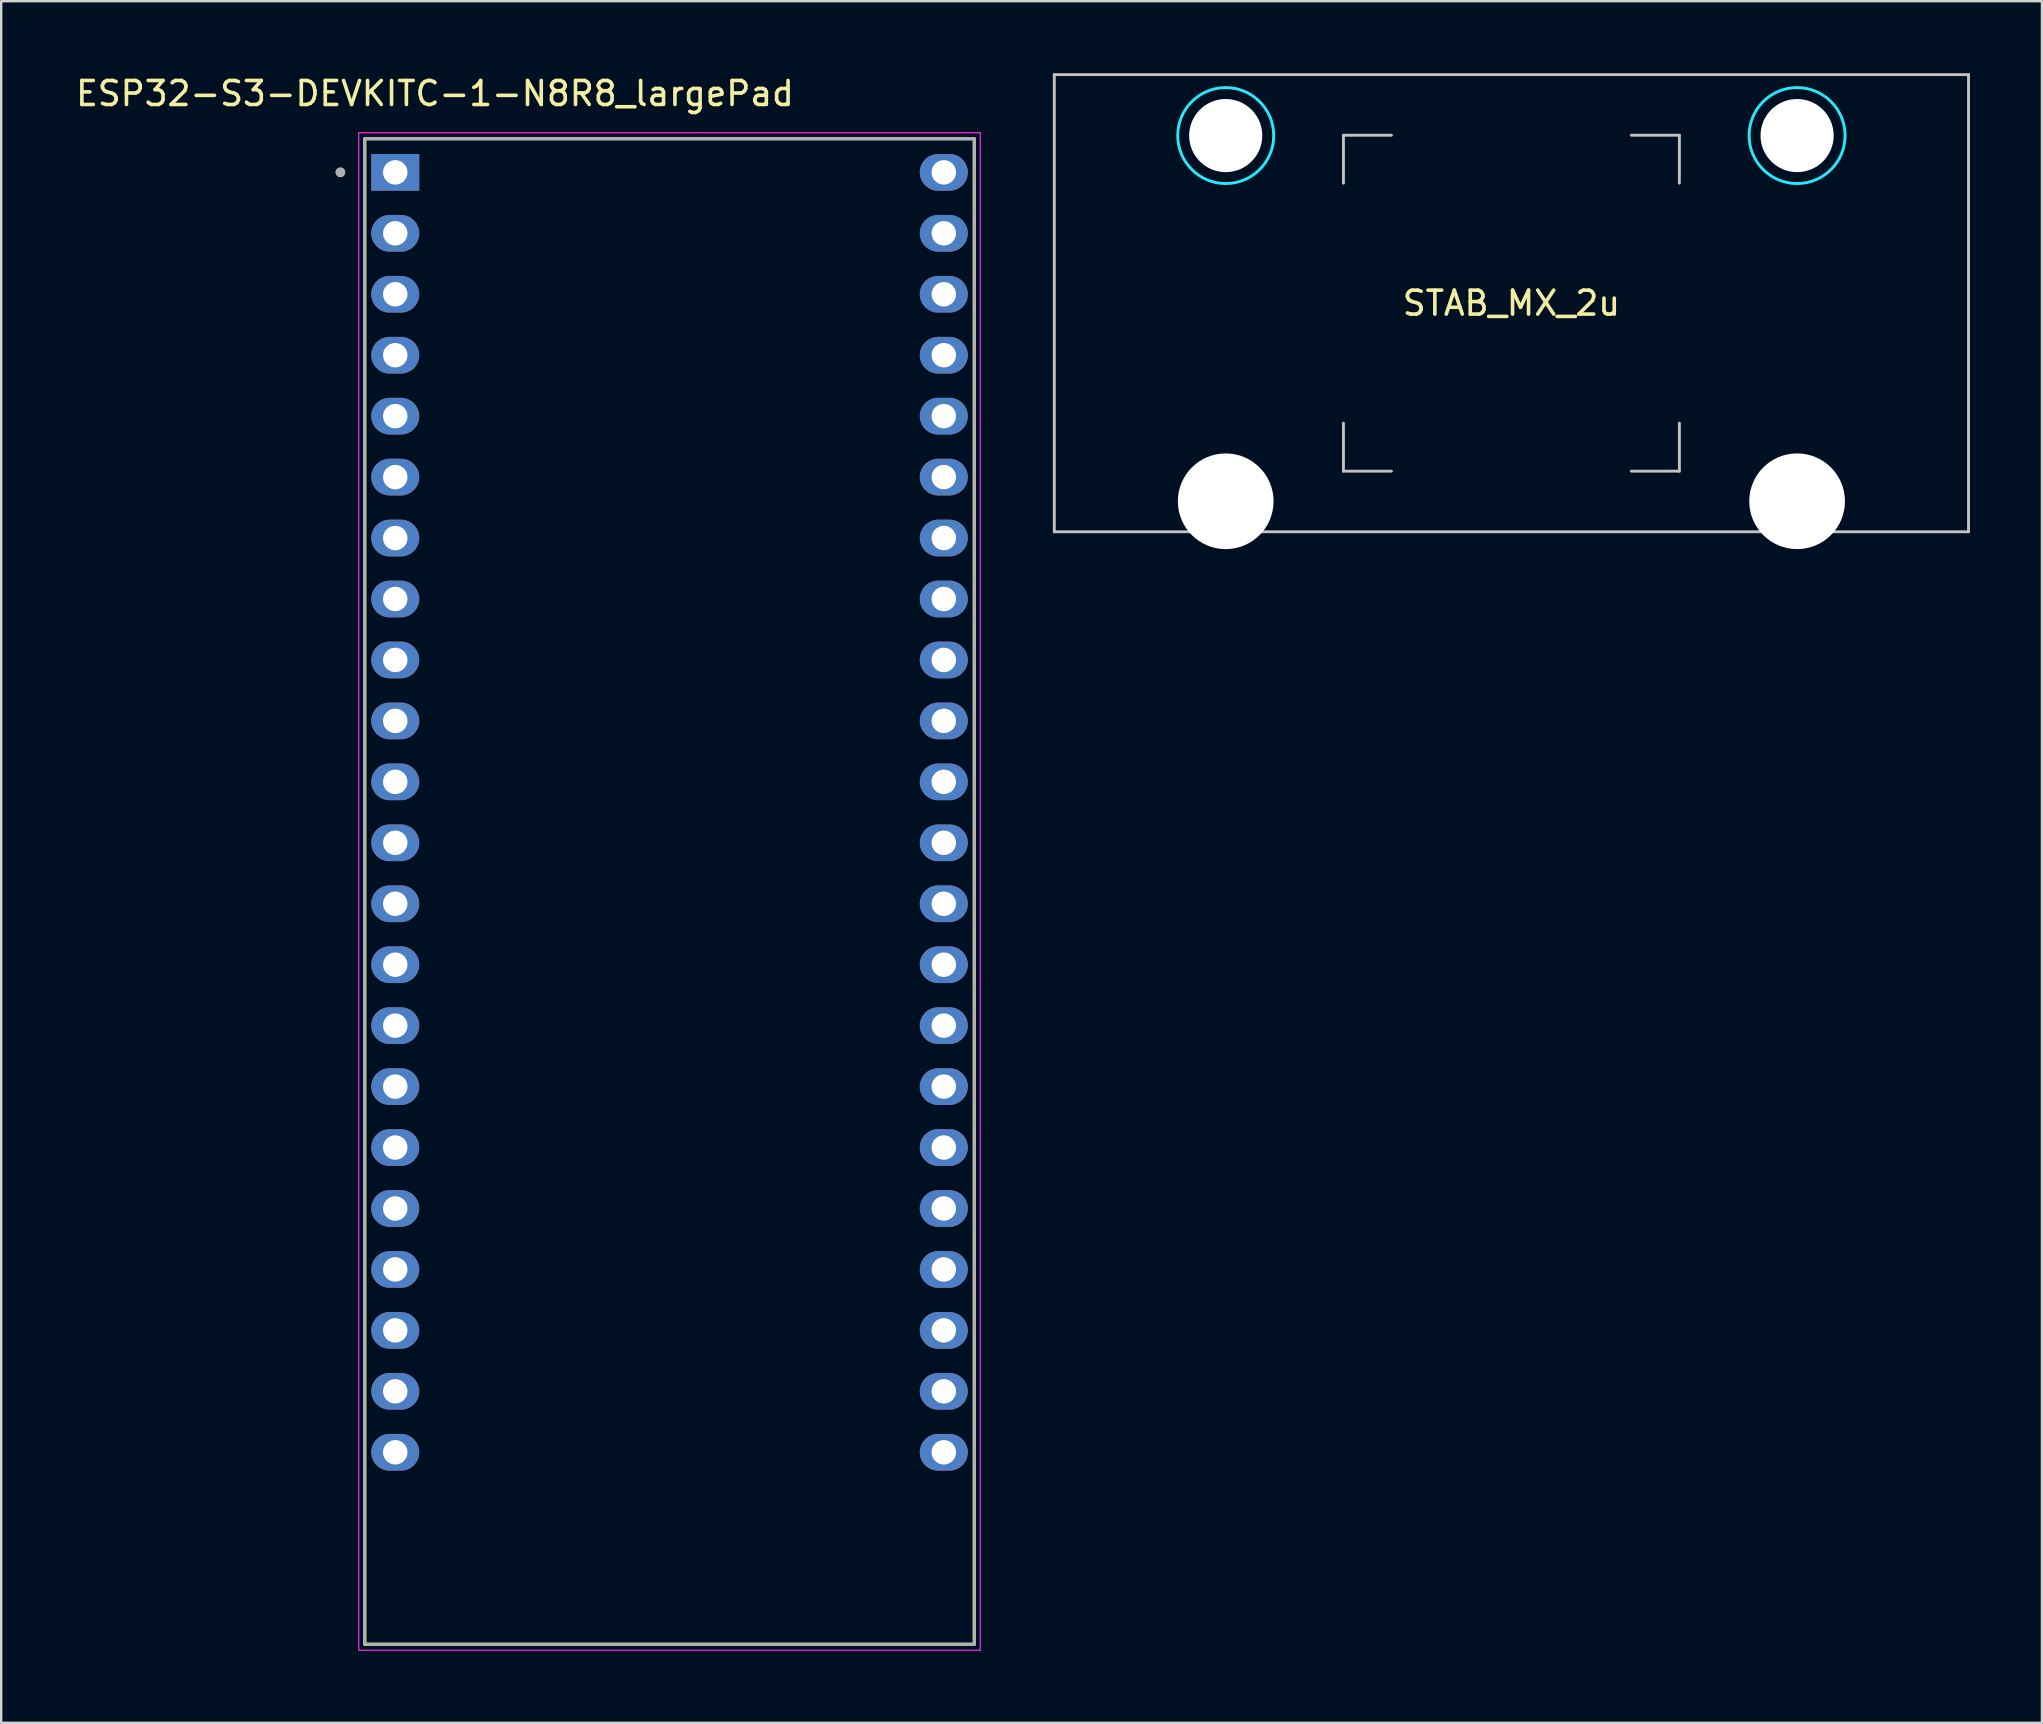
<source format=kicad_pcb>
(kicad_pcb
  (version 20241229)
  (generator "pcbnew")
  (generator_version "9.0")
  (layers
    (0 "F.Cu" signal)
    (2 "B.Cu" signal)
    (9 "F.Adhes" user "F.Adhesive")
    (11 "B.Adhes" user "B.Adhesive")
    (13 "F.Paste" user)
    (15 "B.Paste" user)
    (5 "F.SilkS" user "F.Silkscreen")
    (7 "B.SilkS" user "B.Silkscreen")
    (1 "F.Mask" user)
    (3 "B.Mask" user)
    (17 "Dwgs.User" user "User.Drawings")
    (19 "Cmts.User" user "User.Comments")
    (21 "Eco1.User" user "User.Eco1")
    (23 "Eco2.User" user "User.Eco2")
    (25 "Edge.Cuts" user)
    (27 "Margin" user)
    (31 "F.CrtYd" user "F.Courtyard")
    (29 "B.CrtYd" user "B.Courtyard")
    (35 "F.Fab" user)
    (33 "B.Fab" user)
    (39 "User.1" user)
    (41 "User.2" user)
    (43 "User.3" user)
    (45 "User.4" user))
  (footprint "ESP32-S3-DEVKITC-1-N8R8_largePad"
    (layer "F.Cu")
    (at 24.852 34.103)
    (property "Reference" "ESP32-S3-DEVKITC-1-N8R8_largePad" (at -9.775 -33.255 0) (layer "F.SilkS") (effects (font (size 1 1) (thickness 0.15))))
    (attr through_hole)
    (fp_line (start -12.7 -31.37) (end 12.7 -31.37) (stroke (width 0.127) (type solid)) (layer "F.SilkS"))
    (fp_line (start -12.7 31.37) (end -12.7 -31.37) (stroke (width 0.127) (type solid)) (layer "F.SilkS"))
    (fp_line (start 12.7 -31.37) (end 12.7 31.37) (stroke (width 0.127) (type solid)) (layer "F.SilkS"))
    (fp_line (start 12.7 31.37) (end -12.7 31.37) (stroke (width 0.127) (type solid)) (layer "F.SilkS"))
    (fp_circle (center -13.716 -29.972) (end -13.616 -29.972) (stroke (width 0.2) (type solid)) (fill no) (layer "F.SilkS"))
    (fp_line (start -12.95 -31.62) (end -12.95 31.62) (stroke (width 0.05) (type solid)) (layer "F.CrtYd"))
    (fp_line (start -12.95 31.62) (end 12.95 31.62) (stroke (width 0.05) (type solid)) (layer "F.CrtYd"))
    (fp_line (start 12.95 -31.62) (end -12.95 -31.62) (stroke (width 0.05) (type solid)) (layer "F.CrtYd"))
    (fp_line (start 12.95 31.62) (end 12.95 -31.62) (stroke (width 0.05) (type solid)) (layer "F.CrtYd"))
    (fp_line (start -12.7 -31.37) (end 12.7 -31.37) (stroke (width 0.127) (type solid)) (layer "F.Fab"))
    (fp_line (start -12.7 31.37) (end -12.7 -31.37) (stroke (width 0.127) (type solid)) (layer "F.Fab"))
    (fp_line (start 12.7 -31.37) (end 12.7 31.37) (stroke (width 0.127) (type solid)) (layer "F.Fab"))
    (fp_line (start 12.7 31.37) (end -12.7 31.37) (stroke (width 0.127) (type solid)) (layer "F.Fab"))
    (fp_circle (center -13.716 -29.972) (end -13.616 -29.972) (stroke (width 0.2) (type solid)) (fill no) (layer "F.Fab"))
    (pad "J1_1" thru_hole rect (at -11.43 -29.97) (size 2 1.53) (drill 1.02) (layers "*.Cu" "*.Mask"))
    (pad "J1_2" thru_hole oval (at -11.43 -27.43) (size 2 1.53) (drill 1.02) (layers "*.Cu" "*.Mask"))
    (pad "J1_3" thru_hole oval (at -11.43 -24.89) (size 2 1.53) (drill 1.02) (layers "*.Cu" "*.Mask"))
    (pad "J1_4" thru_hole oval (at -11.43 -22.35) (size 2 1.53) (drill 1.02) (layers "*.Cu" "*.Mask"))
    (pad "J1_5" thru_hole oval (at -11.43 -19.81) (size 2 1.53) (drill 1.02) (layers "*.Cu" "*.Mask"))
    (pad "J1_6" thru_hole oval (at -11.43 -17.27) (size 2 1.53) (drill 1.02) (layers "*.Cu" "*.Mask"))
    (pad "J1_7" thru_hole oval (at -11.43 -14.73) (size 2 1.53) (drill 1.02) (layers "*.Cu" "*.Mask"))
    (pad "J1_8" thru_hole oval (at -11.43 -12.19) (size 2 1.53) (drill 1.02) (layers "*.Cu" "*.Mask"))
    (pad "J1_9" thru_hole oval (at -11.43 -9.65) (size 2 1.53) (drill 1.02) (layers "*.Cu" "*.Mask"))
    (pad "J1_10" thru_hole oval (at -11.43 -7.11) (size 2 1.53) (drill 1.02) (layers "*.Cu" "*.Mask"))
    (pad "J1_11" thru_hole oval (at -11.43 -4.57) (size 2 1.53) (drill 1.02) (layers "*.Cu" "*.Mask"))
    (pad "J1_12" thru_hole oval (at -11.43 -2.03) (size 2 1.53) (drill 1.02) (layers "*.Cu" "*.Mask"))
    (pad "J1_13" thru_hole oval (at -11.43 0.51) (size 2 1.53) (drill 1.02) (layers "*.Cu" "*.Mask"))
    (pad "J1_14" thru_hole oval (at -11.43 3.05) (size 2 1.53) (drill 1.02) (layers "*.Cu" "*.Mask"))
    (pad "J1_15" thru_hole oval (at -11.43 5.59) (size 2 1.53) (drill 1.02) (layers "*.Cu" "*.Mask"))
    (pad "J1_16" thru_hole oval (at -11.43 8.13) (size 2 1.53) (drill 1.02) (layers "*.Cu" "*.Mask"))
    (pad "J1_17" thru_hole oval (at -11.43 10.67) (size 2 1.53) (drill 1.02) (layers "*.Cu" "*.Mask"))
    (pad "J1_18" thru_hole oval (at -11.43 13.21) (size 2 1.53) (drill 1.02) (layers "*.Cu" "*.Mask"))
    (pad "J1_19" thru_hole oval (at -11.43 15.75) (size 2 1.53) (drill 1.02) (layers "*.Cu" "*.Mask"))
    (pad "J1_20" thru_hole oval (at -11.43 18.29) (size 2 1.53) (drill 1.02) (layers "*.Cu" "*.Mask"))
    (pad "J1_21" thru_hole oval (at -11.43 20.83) (size 2 1.53) (drill 1.02) (layers "*.Cu" "*.Mask"))
    (pad "J1_22" thru_hole oval (at -11.43 23.37) (size 2 1.53) (drill 1.02) (layers "*.Cu" "*.Mask"))
    (pad "J3_1" thru_hole oval (at 11.43 -29.97) (size 2 1.53) (drill 1.02) (layers "*.Cu" "*.Mask"))
    (pad "J3_2" thru_hole oval (at 11.43 -27.43) (size 2 1.53) (drill 1.02) (layers "*.Cu" "*.Mask"))
    (pad "J3_3" thru_hole oval (at 11.43 -24.89) (size 2 1.53) (drill 1.02) (layers "*.Cu" "*.Mask"))
    (pad "J3_4" thru_hole oval (at 11.43 -22.35) (size 2 1.53) (drill 1.02) (layers "*.Cu" "*.Mask"))
    (pad "J3_5" thru_hole oval (at 11.43 -19.81) (size 2 1.53) (drill 1.02) (layers "*.Cu" "*.Mask"))
    (pad "J3_6" thru_hole oval (at 11.43 -17.27) (size 2 1.53) (drill 1.02) (layers "*.Cu" "*.Mask"))
    (pad "J3_7" thru_hole oval (at 11.43 -14.73) (size 2 1.53) (drill 1.02) (layers "*.Cu" "*.Mask"))
    (pad "J3_8" thru_hole oval (at 11.43 -12.19) (size 2 1.53) (drill 1.02) (layers "*.Cu" "*.Mask"))
    (pad "J3_9" thru_hole oval (at 11.43 -9.65) (size 2 1.53) (drill 1.02) (layers "*.Cu" "*.Mask"))
    (pad "J3_10" thru_hole oval (at 11.43 -7.11) (size 2 1.53) (drill 1.02) (layers "*.Cu" "*.Mask"))
    (pad "J3_11" thru_hole oval (at 11.43 -4.57) (size 2 1.53) (drill 1.02) (layers "*.Cu" "*.Mask"))
    (pad "J3_12" thru_hole oval (at 11.43 -2.03) (size 2 1.53) (drill 1.02) (layers "*.Cu" "*.Mask"))
    (pad "J3_13" thru_hole oval (at 11.43 0.51) (size 2 1.53) (drill 1.02) (layers "*.Cu" "*.Mask"))
    (pad "J3_14" thru_hole oval (at 11.43 3.05) (size 2 1.53) (drill 1.02) (layers "*.Cu" "*.Mask"))
    (pad "J3_15" thru_hole oval (at 11.43 5.59) (size 2 1.53) (drill 1.02) (layers "*.Cu" "*.Mask"))
    (pad "J3_16" thru_hole oval (at 11.43 8.13) (size 2 1.53) (drill 1.02) (layers "*.Cu" "*.Mask"))
    (pad "J3_17" thru_hole oval (at 11.43 10.67) (size 2 1.53) (drill 1.02) (layers "*.Cu" "*.Mask"))
    (pad "J3_18" thru_hole oval (at 11.43 13.21) (size 2 1.53) (drill 1.02) (layers "*.Cu" "*.Mask"))
    (pad "J3_19" thru_hole oval (at 11.43 15.75) (size 2 1.53) (drill 1.02) (layers "*.Cu" "*.Mask"))
    (pad "J3_20" thru_hole oval (at 11.43 18.29) (size 2 1.53) (drill 1.02) (layers "*.Cu" "*.Mask"))
    (pad "J3_21" thru_hole oval (at 11.43 20.83) (size 2 1.53) (drill 1.02) (layers "*.Cu" "*.Mask"))
    (pad "J3_22" thru_hole oval (at 11.43 23.37) (size 2 1.53) (drill 1.02) (layers "*.Cu" "*.Mask")))
  (footprint "STAB_MX_2u"
    (layer "F.Cu")
    (at 59.937 9.585)
    (property "Reference" "STAB_MX_2u" (at 0 0 0) (layer "F.SilkS") (effects (font (size 1 1) (thickness 0.15))))
    (attr through_hole exclude_from_pos_files exclude_from_bom)
    (fp_line (start -19.05 -9.525) (end -19.05 9.525) (stroke (width 0.12) (type solid)) (layer "Dwgs.User"))
    (fp_line (start -19.05 -9.525) (end 19.05 -9.525) (stroke (width 0.12) (type solid)) (layer "Dwgs.User"))
    (fp_line (start -19.05 9.525) (end 19.05 9.525) (stroke (width 0.12) (type solid)) (layer "Dwgs.User"))
    (fp_line (start -7 -7) (end -5 -7) (stroke (width 0.12) (type solid)) (layer "Dwgs.User"))
    (fp_line (start -7 -5) (end -7 -7) (stroke (width 0.12) (type solid)) (layer "Dwgs.User"))
    (fp_line (start -7 7) (end -7 5) (stroke (width 0.12) (type solid)) (layer "Dwgs.User"))
    (fp_line (start -5 7) (end -7 7) (stroke (width 0.12) (type solid)) (layer "Dwgs.User"))
    (fp_line (start 5 -7) (end 7 -7) (stroke (width 0.12) (type solid)) (layer "Dwgs.User"))
    (fp_line (start 5 7) (end 7 7) (stroke (width 0.12) (type solid)) (layer "Dwgs.User"))
    (fp_line (start 7 -7) (end 7 -5) (stroke (width 0.12) (type solid)) (layer "Dwgs.User"))
    (fp_line (start 7 7) (end 7 5) (stroke (width 0.12) (type solid)) (layer "Dwgs.User"))
    (fp_line (start 19.05 -9.525) (end 19.05 9.525) (stroke (width 0.12) (type solid)) (layer "Dwgs.User"))
    (fp_line (start -15.281 -5.5) (end -15.281 7.5) (stroke (width 0.05) (type solid)) (layer "Eco2.User"))
    (fp_line (start -14.781 -6) (end -9.031 -6) (stroke (width 0.05) (type solid)) (layer "Eco2.User"))
    (fp_line (start -14.781 8) (end -9.031 8) (stroke (width 0.05) (type solid)) (layer "Eco2.User"))
    (fp_line (start -8.531 -5.5) (end -8.531 7.5) (stroke (width 0.05) (type solid)) (layer "Eco2.User"))
    (fp_line (start 8.531 -5.5) (end 8.531 7.5) (stroke (width 0.05) (type solid)) (layer "Eco2.User"))
    (fp_line (start 9.031 -6) (end 14.78 -6) (stroke (width 0.05) (type solid)) (layer "Eco2.User"))
    (fp_line (start 9.031 8) (end 14.781 8) (stroke (width 0.05) (type solid)) (layer "Eco2.User"))
    (fp_line (start 15.28 -5.5) (end 15.281 7.5) (stroke (width 0.05) (type solid)) (layer "Eco2.User"))
    (fp_arc (start -15.28125 -5.499999) (mid -15.134803 -5.853552) (end -14.78125 -5.999999) (stroke (width 0.05) (type solid)) (layer "Eco2.User"))
    (fp_arc (start -14.78125 8.000001) (mid -15.134803 7.853554) (end -15.28125 7.500001) (stroke (width 0.05) (type solid)) (layer "Eco2.User"))
    (fp_arc (start -9.03125 -5.999999) (mid -8.677697 -5.853552) (end -8.53125 -5.499999) (stroke (width 0.05) (type solid)) (layer "Eco2.User"))
    (fp_arc (start -8.53125 7.500001) (mid -8.677697 7.853554) (end -9.03125 8.000001) (stroke (width 0.05) (type solid)) (layer "Eco2.User"))
    (fp_arc (start 8.53125 -5.499999) (mid 8.677697 -5.853552) (end 9.03125 -5.999999) (stroke (width 0.05) (type solid)) (layer "Eco2.User"))
    (fp_arc (start 9.03125 8.000001) (mid 8.677697 7.853554) (end 8.53125 7.500001) (stroke (width 0.05) (type solid)) (layer "Eco2.User"))
    (fp_arc (start 14.780039 -5.999999) (mid 15.133592 -5.853552) (end 15.280039 -5.499999) (stroke (width 0.05) (type solid)) (layer "Eco2.User"))
    (fp_arc (start 15.28125 7.500001) (mid 15.134803 7.853554) (end 14.78125 8.000001) (stroke (width 0.05) (type solid)) (layer "Eco2.User"))
    (fp_circle (center -11.906 -6.985) (end -9.906 -6.985) (stroke (width 0.12) (type solid)) (fill no) (layer "B.CrtYd"))
    (fp_circle (center 11.906 -6.985) (end 13.906 -6.985) (stroke (width 0.12) (type solid)) (fill no) (layer "B.CrtYd"))
    (pad "" np_thru_hole circle (at -11.906 -6.985) (size 3.048 3.048) (drill 3.048) (layers "*.Cu" "*.Mask"))
    (pad "" np_thru_hole circle (at -11.906 8.255) (size 3.988 3.988) (drill 3.988) (layers "*.Cu" "*.Mask"))
    (pad "" np_thru_hole circle (at 11.906 -6.985) (size 3.048 3.048) (drill 3.048) (layers "*.Cu" "*.Mask"))
    (pad "" np_thru_hole circle (at 11.906 8.255) (size 3.988 3.988) (drill 3.988) (layers "*.Cu" "*.Mask")))
  (gr_rect
    (start -3 -3)
    (end 82.047 68.748)
    (stroke (width 0.1) (type default))
    (fill no)
    (layer "Edge.Cuts")))
</source>
